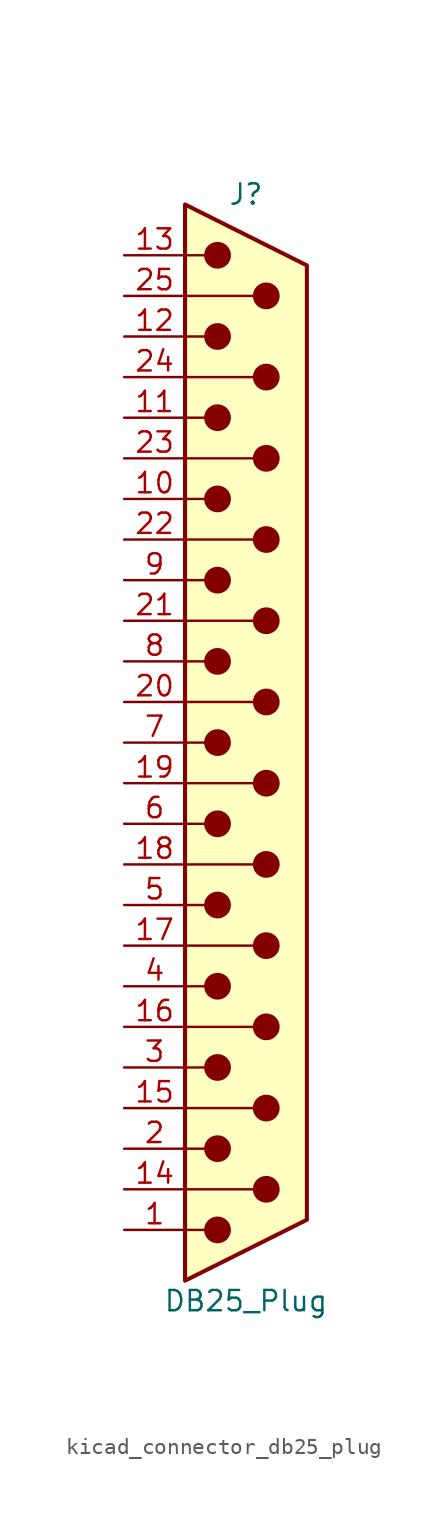
<source format=kicad_sym>
(kicad_symbol_lib
  (version 20220914)
  (generator kicad_symbol_editor)
  (symbol "kicad_connector_db25_plug"
    (pin_names
      (offset 1.016) hide)
    (property "Reference" "J"
      (at 0 34.29 0)
      (effects (font (size 1.27 1.27))))
    (property "Value" "DB25_Plug"
      (at 0 -34.925 0)
      (effects (font (size 1.27 1.27))))
    (symbol "kicad_connector_db25_plug_0_1"
      (circle (center -1.778 -30.48) (radius 0.762) (stroke (width 0) (type default)) (fill (type outline)))
      (circle (center -1.778 -25.4) (radius 0.762) (stroke (width 0) (type default)) (fill (type outline)))
      (circle (center -1.778 -20.32) (radius 0.762) (stroke (width 0) (type default)) (fill (type outline)))
      (circle (center -1.778 -15.24) (radius 0.762) (stroke (width 0) (type default)) (fill (type outline)))
      (circle (center -1.778 -10.16) (radius 0.762) (stroke (width 0) (type default)) (fill (type outline)))
      (circle (center -1.778 -5.08) (radius 0.762) (stroke (width 0) (type default)) (fill (type outline)))
      (circle (center -1.778 0) (radius 0.762) (stroke (width 0) (type default)) (fill (type outline)))
      (circle (center -1.778 5.08) (radius 0.762) (stroke (width 0) (type default)) (fill (type outline)))
      (circle (center -1.778 10.16) (radius 0.762) (stroke (width 0) (type default)) (fill (type outline)))
      (circle (center -1.778 15.24) (radius 0.762) (stroke (width 0) (type default)) (fill (type outline)))
      (circle (center -1.778 20.32) (radius 0.762) (stroke (width 0) (type default)) (fill (type outline)))
      (circle (center -1.778 25.4) (radius 0.762) (stroke (width 0) (type default)) (fill (type outline)))
      (circle (center -1.778 30.48) (radius 0.762) (stroke (width 0) (type default)) (fill (type outline)))
      (polyline (pts (xy -3.81 -30.48) (xy -2.54 -30.48)) (stroke (width 0) (type default)) (fill (type none)))
      (polyline (pts (xy -3.81 -27.94) (xy 0.508 -27.94)) (stroke (width 0) (type default)) (fill (type none)))
      (polyline (pts (xy -3.81 -25.4) (xy -2.54 -25.4)) (stroke (width 0) (type default)) (fill (type none)))
      (polyline (pts (xy -3.81 -22.86) (xy 0.508 -22.86)) (stroke (width 0) (type default)) (fill (type none)))
      (polyline (pts (xy -3.81 -20.32) (xy -2.54 -20.32)) (stroke (width 0) (type default)) (fill (type none)))
      (polyline (pts (xy -3.81 -17.78) (xy 0.508 -17.78)) (stroke (width 0) (type default)) (fill (type none)))
      (polyline (pts (xy -3.81 -15.24) (xy -2.54 -15.24)) (stroke (width 0) (type default)) (fill (type none)))
      (polyline (pts (xy -3.81 -12.7) (xy 0.508 -12.7)) (stroke (width 0) (type default)) (fill (type none)))
      (polyline (pts (xy -3.81 -10.16) (xy -2.54 -10.16)) (stroke (width 0) (type default)) (fill (type none)))
      (polyline (pts (xy -3.81 -7.62) (xy 0.508 -7.62)) (stroke (width 0) (type default)) (fill (type none)))
      (polyline (pts (xy -3.81 -5.08) (xy -2.54 -5.08)) (stroke (width 0) (type default)) (fill (type none)))
      (polyline (pts (xy -3.81 -2.54) (xy 0.508 -2.54)) (stroke (width 0) (type default)) (fill (type none)))
      (polyline (pts (xy -3.81 0) (xy -2.54 0)) (stroke (width 0) (type default)) (fill (type none)))
      (polyline (pts (xy -3.81 2.54) (xy 0.508 2.54)) (stroke (width 0) (type default)) (fill (type none)))
      (polyline (pts (xy -3.81 5.08) (xy -2.54 5.08)) (stroke (width 0) (type default)) (fill (type none)))
      (polyline (pts (xy -3.81 7.62) (xy 0.508 7.62)) (stroke (width 0) (type default)) (fill (type none)))
      (polyline (pts (xy -3.81 10.16) (xy -2.54 10.16)) (stroke (width 0) (type default)) (fill (type none)))
      (polyline (pts (xy -3.81 12.7) (xy 0.508 12.7)) (stroke (width 0) (type default)) (fill (type none)))
      (polyline (pts (xy -3.81 15.24) (xy -2.54 15.24)) (stroke (width 0) (type default)) (fill (type none)))
      (polyline (pts (xy -3.81 17.78) (xy 0.508 17.78)) (stroke (width 0) (type default)) (fill (type none)))
      (polyline (pts (xy -3.81 20.32) (xy -2.54 20.32)) (stroke (width 0) (type default)) (fill (type none)))
      (polyline (pts (xy -3.81 22.86) (xy 0.508 22.86)) (stroke (width 0) (type default)) (fill (type none)))
      (polyline (pts (xy -3.81 25.4) (xy -2.54 25.4)) (stroke (width 0) (type default)) (fill (type none)))
      (polyline (pts (xy -3.81 27.94) (xy 0.508 27.94)) (stroke (width 0) (type default)) (fill (type none)))
      (polyline (pts (xy -3.81 30.48) (xy -2.54 30.48)) (stroke (width 0) (type default)) (fill (type none)))
      (polyline (pts (xy -3.81 -33.655) (xy 3.81 -29.845) (xy 3.81 29.845) (xy -3.81 33.655) (xy -3.81 -33.655)) (stroke (width 0.254) (type default)) (fill (type background)))
      (circle (center 1.27 -27.94) (radius 0.762) (stroke (width 0) (type default)) (fill (type outline)))
      (circle (center 1.27 -22.86) (radius 0.762) (stroke (width 0) (type default)) (fill (type outline)))
      (circle (center 1.27 -17.78) (radius 0.762) (stroke (width 0) (type default)) (fill (type outline)))
      (circle (center 1.27 -12.7) (radius 0.762) (stroke (width 0) (type default)) (fill (type outline)))
      (circle (center 1.27 -7.62) (radius 0.762) (stroke (width 0) (type default)) (fill (type outline)))
      (circle (center 1.27 -2.54) (radius 0.762) (stroke (width 0) (type default)) (fill (type outline)))
      (circle (center 1.27 2.54) (radius 0.762) (stroke (width 0) (type default)) (fill (type outline)))
      (circle (center 1.27 7.62) (radius 0.762) (stroke (width 0) (type default)) (fill (type outline)))
      (circle (center 1.27 12.7) (radius 0.762) (stroke (width 0) (type default)) (fill (type outline)))
      (circle (center 1.27 17.78) (radius 0.762) (stroke (width 0) (type default)) (fill (type outline)))
      (circle (center 1.27 22.86) (radius 0.762) (stroke (width 0) (type default)) (fill (type outline)))
      (circle (center 1.27 27.94) (radius 0.762) (stroke (width 0) (type default)) (fill (type outline))))
    (symbol "kicad_connector_db25_plug_1_1"
      (pin passive line (at -7.62 -30.48 0) (length 3.81) (name "1" (effects (font (size 1.27 1.27)))) (number "1" (effects (font (size 1.27 1.27)))))
      (pin passive line (at -7.62 15.24 0) (length 3.81) (name "10" (effects (font (size 1.27 1.27)))) (number "10" (effects (font (size 1.27 1.27)))))
      (pin passive line (at -7.62 20.32 0) (length 3.81) (name "11" (effects (font (size 1.27 1.27)))) (number "11" (effects (font (size 1.27 1.27)))))
      (pin passive line (at -7.62 25.4 0) (length 3.81) (name "12" (effects (font (size 1.27 1.27)))) (number "12" (effects (font (size 1.27 1.27)))))
      (pin passive line (at -7.62 30.48 0) (length 3.81) (name "13" (effects (font (size 1.27 1.27)))) (number "13" (effects (font (size 1.27 1.27)))))
      (pin passive line (at -7.62 -27.94 0) (length 3.81) (name "P14" (effects (font (size 1.27 1.27)))) (number "14" (effects (font (size 1.27 1.27)))))
      (pin passive line (at -7.62 -22.86 0) (length 3.81) (name "P15" (effects (font (size 1.27 1.27)))) (number "15" (effects (font (size 1.27 1.27)))))
      (pin passive line (at -7.62 -17.78 0) (length 3.81) (name "P16" (effects (font (size 1.27 1.27)))) (number "16" (effects (font (size 1.27 1.27)))))
      (pin passive line (at -7.62 -12.7 0) (length 3.81) (name "P17" (effects (font (size 1.27 1.27)))) (number "17" (effects (font (size 1.27 1.27)))))
      (pin passive line (at -7.62 -7.62 0) (length 3.81) (name "P18" (effects (font (size 1.27 1.27)))) (number "18" (effects (font (size 1.27 1.27)))))
      (pin passive line (at -7.62 -2.54 0) (length 3.81) (name "P19" (effects (font (size 1.27 1.27)))) (number "19" (effects (font (size 1.27 1.27)))))
      (pin passive line (at -7.62 -25.4 0) (length 3.81) (name "2" (effects (font (size 1.27 1.27)))) (number "2" (effects (font (size 1.27 1.27)))))
      (pin passive line (at -7.62 2.54 0) (length 3.81) (name "P20" (effects (font (size 1.27 1.27)))) (number "20" (effects (font (size 1.27 1.27)))))
      (pin passive line (at -7.62 7.62 0) (length 3.81) (name "P21" (effects (font (size 1.27 1.27)))) (number "21" (effects (font (size 1.27 1.27)))))
      (pin passive line (at -7.62 12.7 0) (length 3.81) (name "P22" (effects (font (size 1.27 1.27)))) (number "22" (effects (font (size 1.27 1.27)))))
      (pin passive line (at -7.62 17.78 0) (length 3.81) (name "P23" (effects (font (size 1.27 1.27)))) (number "23" (effects (font (size 1.27 1.27)))))
      (pin passive line (at -7.62 22.86 0) (length 3.81) (name "P24" (effects (font (size 1.27 1.27)))) (number "24" (effects (font (size 1.27 1.27)))))
      (pin passive line (at -7.62 27.94 0) (length 3.81) (name "P25" (effects (font (size 1.27 1.27)))) (number "25" (effects (font (size 1.27 1.27)))))
      (pin passive line (at -7.62 -20.32 0) (length 3.81) (name "3" (effects (font (size 1.27 1.27)))) (number "3" (effects (font (size 1.27 1.27)))))
      (pin passive line (at -7.62 -15.24 0) (length 3.81) (name "4" (effects (font (size 1.27 1.27)))) (number "4" (effects (font (size 1.27 1.27)))))
      (pin passive line (at -7.62 -10.16 0) (length 3.81) (name "5" (effects (font (size 1.27 1.27)))) (number "5" (effects (font (size 1.27 1.27)))))
      (pin passive line (at -7.62 -5.08 0) (length 3.81) (name "6" (effects (font (size 1.27 1.27)))) (number "6" (effects (font (size 1.27 1.27)))))
      (pin passive line (at -7.62 0 0) (length 3.81) (name "7" (effects (font (size 1.27 1.27)))) (number "7" (effects (font (size 1.27 1.27)))))
      (pin passive line (at -7.62 5.08 0) (length 3.81) (name "8" (effects (font (size 1.27 1.27)))) (number "8" (effects (font (size 1.27 1.27)))))
      (pin passive line (at -7.62 10.16 0) (length 3.81) (name "9" (effects (font (size 1.27 1.27)))) (number "9" (effects (font (size 1.27 1.27))))))))
</source>
